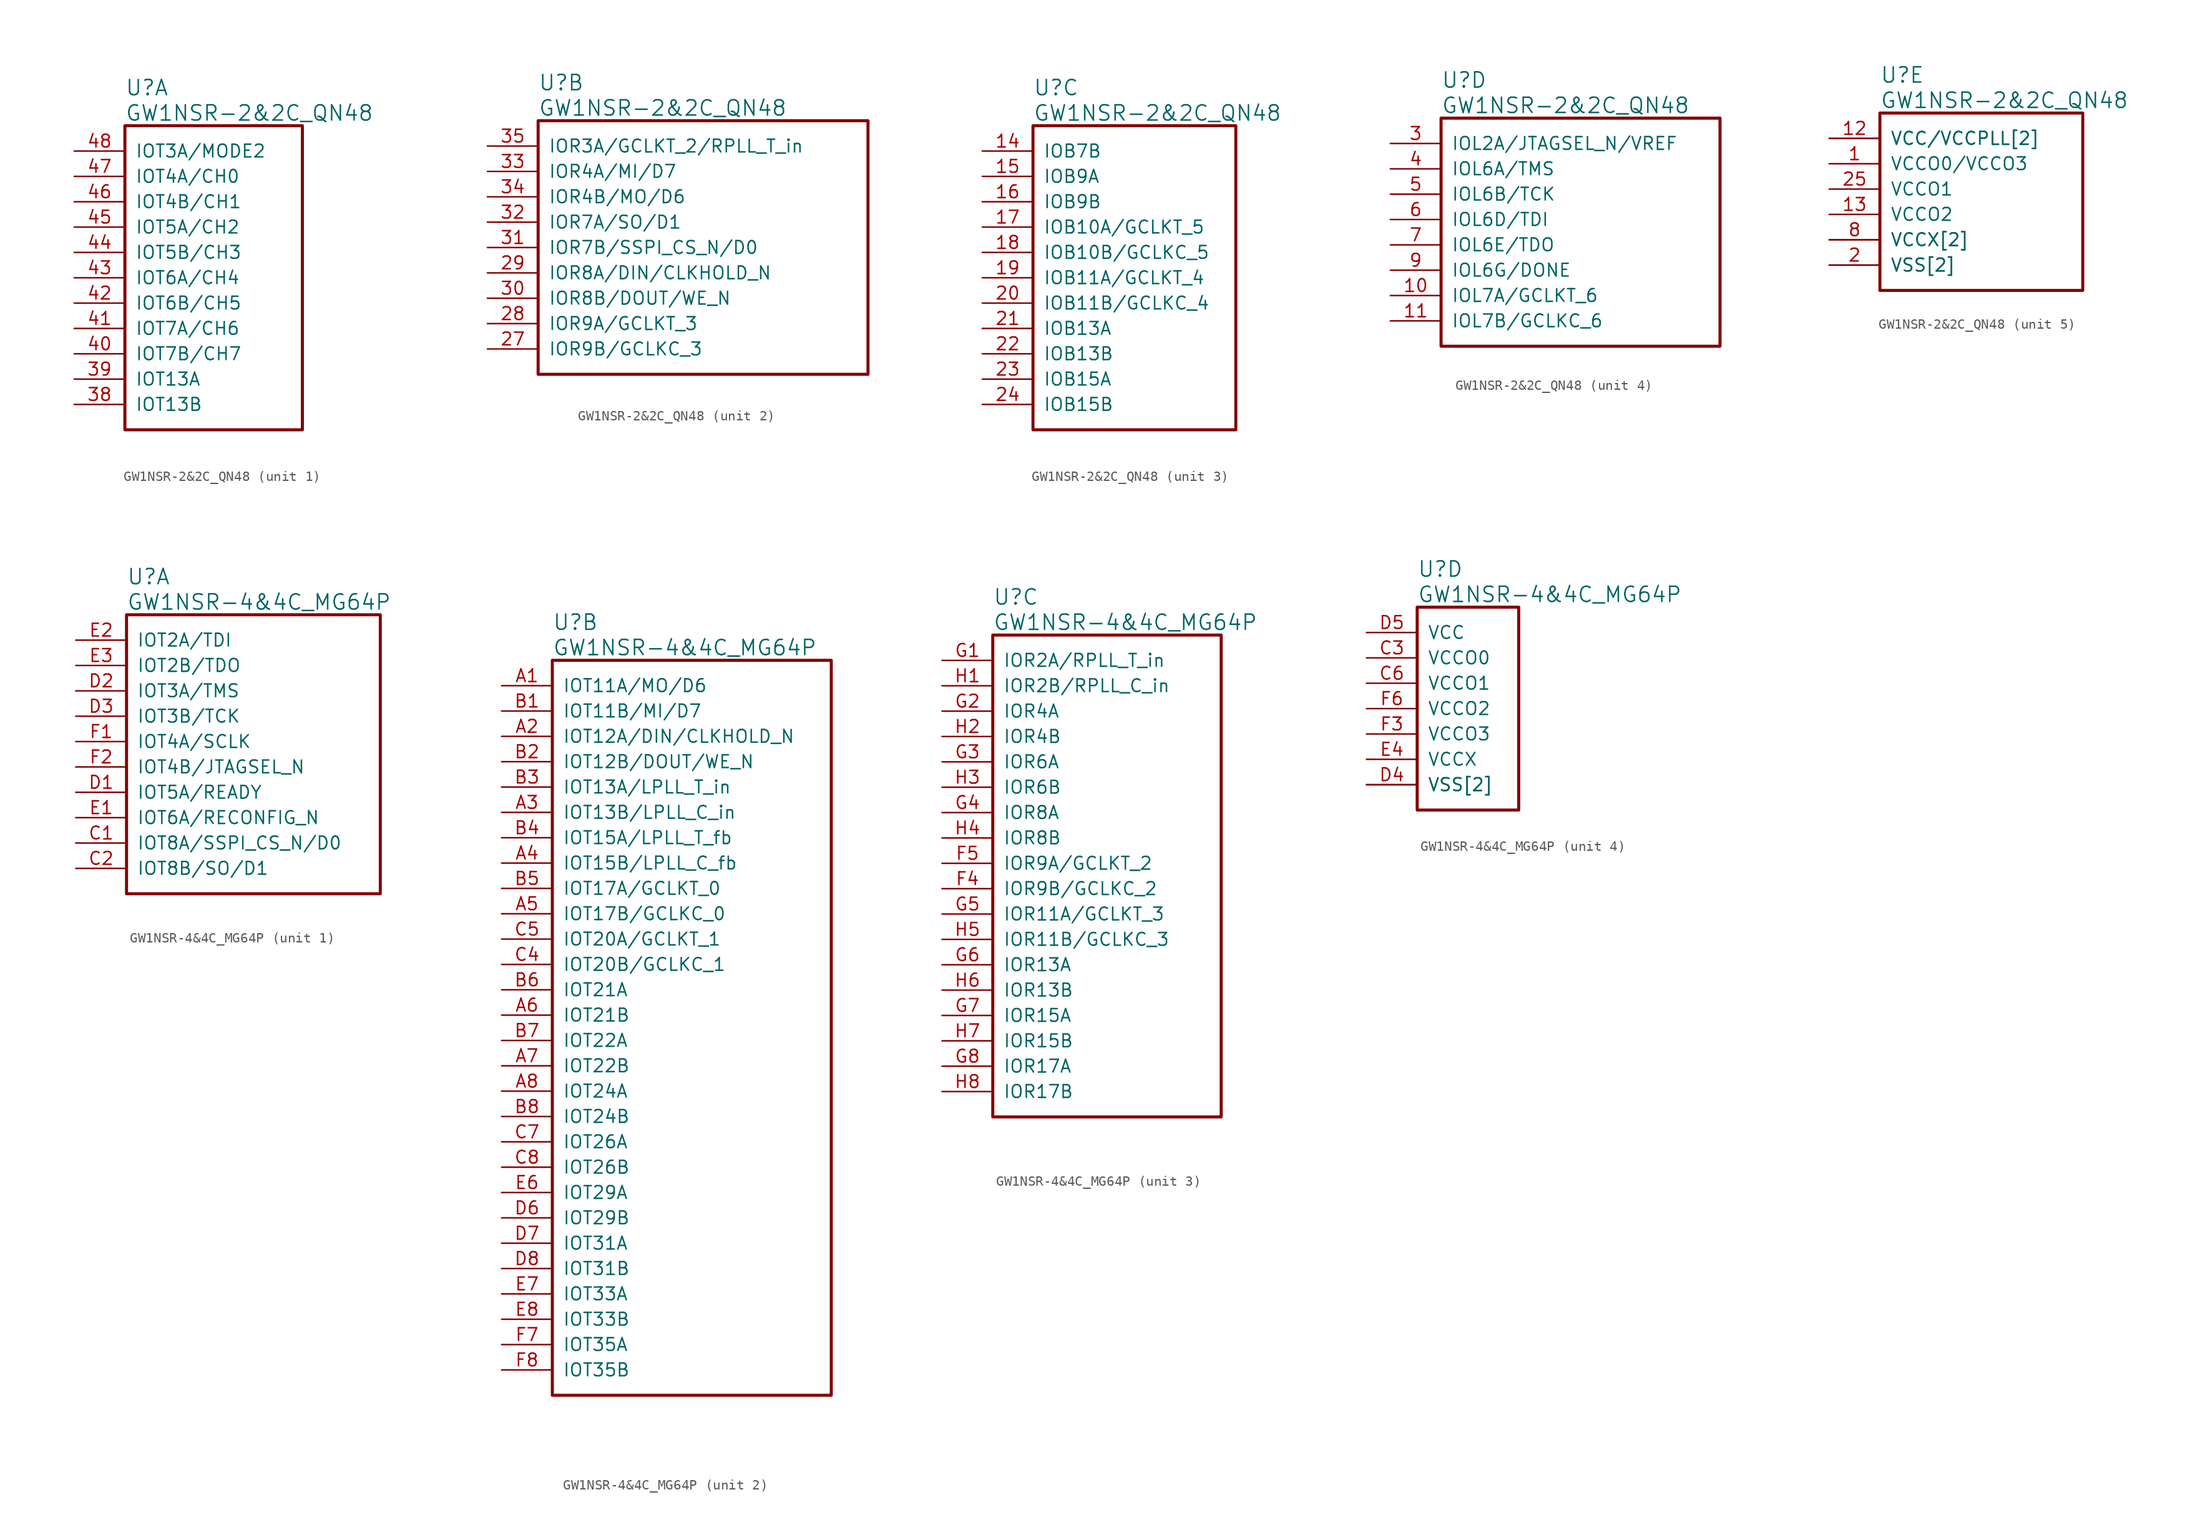
<source format=kicad_sym>
(kicad_symbol_lib
  (version 20241209)
  (generator "kicad_symbol_editor")
  (generator_version "9.0")
  (symbol "GW1NSR-2&2C_QN48"
    (pin_names
      (offset 1.016))
    (property "Reference" "U"
      (at 5.08 6.35 0)
      (effects (font (size 1.524 1.524)) (justify left)))
    (property "Value" "GW1NSR-2&2C_QN48"
      (at 5.08 3.81 0)
      (effects (font (size 1.524 1.524)) (justify left)))
    (property "ki_locked" ""
      (at 0 0 0)
      (effects (font (size 1.27 1.27))))
    (symbol "GW1NSR-2&2C_QN48_1_1"
      (rectangle (start 5.08 2.54) (end 22.86 -27.94) (stroke (width 0.305) (type solid)) (fill (type none)))
      (pin bidirectional line (at 0 0 0) (length 5.08) (name "IOT3A/MODE2" (effects (font (size 1.27 1.27)))) (number "48" (effects (font (size 1.27 1.27)))))
      (pin bidirectional line (at 0 -2.54 0) (length 5.08) (name "IOT4A/CH0" (effects (font (size 1.27 1.27)))) (number "47" (effects (font (size 1.27 1.27)))))
      (pin bidirectional line (at 0 -5.08 0) (length 5.08) (name "IOT4B/CH1" (effects (font (size 1.27 1.27)))) (number "46" (effects (font (size 1.27 1.27)))))
      (pin bidirectional line (at 0 -7.62 0) (length 5.08) (name "IOT5A/CH2" (effects (font (size 1.27 1.27)))) (number "45" (effects (font (size 1.27 1.27)))))
      (pin bidirectional line (at 0 -10.16 0) (length 5.08) (name "IOT5B/CH3" (effects (font (size 1.27 1.27)))) (number "44" (effects (font (size 1.27 1.27)))))
      (pin bidirectional line (at 0 -12.7 0) (length 5.08) (name "IOT6A/CH4" (effects (font (size 1.27 1.27)))) (number "43" (effects (font (size 1.27 1.27)))))
      (pin bidirectional line (at 0 -15.24 0) (length 5.08) (name "IOT6B/CH5" (effects (font (size 1.27 1.27)))) (number "42" (effects (font (size 1.27 1.27)))))
      (pin bidirectional line (at 0 -17.78 0) (length 5.08) (name "IOT7A/CH6" (effects (font (size 1.27 1.27)))) (number "41" (effects (font (size 1.27 1.27)))))
      (pin bidirectional line (at 0 -20.32 0) (length 5.08) (name "IOT7B/CH7" (effects (font (size 1.27 1.27)))) (number "40" (effects (font (size 1.27 1.27)))))
      (pin bidirectional line (at 0 -22.86 0) (length 5.08) (name "IOT13A" (effects (font (size 1.27 1.27)))) (number "39" (effects (font (size 1.27 1.27)))))
      (pin bidirectional line (at 0 -25.4 0) (length 5.08) (name "IOT13B" (effects (font (size 1.27 1.27)))) (number "38" (effects (font (size 1.27 1.27))))))
    (symbol "GW1NSR-2&2C_QN48_2_1"
      (rectangle (start 5.08 2.54) (end 38.1 -22.86) (stroke (width 0.305) (type solid)) (fill (type none)))
      (pin bidirectional line (at 0 0 0) (length 5.08) (name "IOR3A/GCLKT_2/RPLL_T_in" (effects (font (size 1.27 1.27)))) (number "35" (effects (font (size 1.27 1.27)))))
      (pin bidirectional line (at 0 -2.54 0) (length 5.08) (name "IOR4A/MI/D7" (effects (font (size 1.27 1.27)))) (number "33" (effects (font (size 1.27 1.27)))))
      (pin bidirectional line (at 0 -5.08 0) (length 5.08) (name "IOR4B/MO/D6" (effects (font (size 1.27 1.27)))) (number "34" (effects (font (size 1.27 1.27)))))
      (pin bidirectional line (at 0 -7.62 0) (length 5.08) (name "IOR7A/SO/D1" (effects (font (size 1.27 1.27)))) (number "32" (effects (font (size 1.27 1.27)))))
      (pin bidirectional line (at 0 -10.16 0) (length 5.08) (name "IOR7B/SSPI_CS_N/D0" (effects (font (size 1.27 1.27)))) (number "31" (effects (font (size 1.27 1.27)))))
      (pin bidirectional line (at 0 -12.7 0) (length 5.08) (name "IOR8A/DIN/CLKHOLD_N" (effects (font (size 1.27 1.27)))) (number "29" (effects (font (size 1.27 1.27)))))
      (pin bidirectional line (at 0 -15.24 0) (length 5.08) (name "IOR8B/DOUT/WE_N" (effects (font (size 1.27 1.27)))) (number "30" (effects (font (size 1.27 1.27)))))
      (pin bidirectional line (at 0 -17.78 0) (length 5.08) (name "IOR9A/GCLKT_3" (effects (font (size 1.27 1.27)))) (number "28" (effects (font (size 1.27 1.27)))))
      (pin bidirectional line (at 0 -20.32 0) (length 5.08) (name "IOR9B/GCLKC_3" (effects (font (size 1.27 1.27)))) (number "27" (effects (font (size 1.27 1.27))))))
    (symbol "GW1NSR-2&2C_QN48_3_1"
      (rectangle (start 5.08 2.54) (end 25.4 -27.94) (stroke (width 0.305) (type solid)) (fill (type none)))
      (pin bidirectional line (at 0 0 0) (length 5.08) (name "IOB7B" (effects (font (size 1.27 1.27)))) (number "14" (effects (font (size 1.27 1.27)))))
      (pin bidirectional line (at 0 -2.54 0) (length 5.08) (name "IOB9A" (effects (font (size 1.27 1.27)))) (number "15" (effects (font (size 1.27 1.27)))))
      (pin bidirectional line (at 0 -5.08 0) (length 5.08) (name "IOB9B" (effects (font (size 1.27 1.27)))) (number "16" (effects (font (size 1.27 1.27)))))
      (pin bidirectional line (at 0 -7.62 0) (length 5.08) (name "IOB10A/GCLKT_5" (effects (font (size 1.27 1.27)))) (number "17" (effects (font (size 1.27 1.27)))))
      (pin bidirectional line (at 0 -10.16 0) (length 5.08) (name "IOB10B/GCLKC_5" (effects (font (size 1.27 1.27)))) (number "18" (effects (font (size 1.27 1.27)))))
      (pin bidirectional line (at 0 -12.7 0) (length 5.08) (name "IOB11A/GCLKT_4" (effects (font (size 1.27 1.27)))) (number "19" (effects (font (size 1.27 1.27)))))
      (pin bidirectional line (at 0 -15.24 0) (length 5.08) (name "IOB11B/GCLKC_4" (effects (font (size 1.27 1.27)))) (number "20" (effects (font (size 1.27 1.27)))))
      (pin bidirectional line (at 0 -17.78 0) (length 5.08) (name "IOB13A" (effects (font (size 1.27 1.27)))) (number "21" (effects (font (size 1.27 1.27)))))
      (pin bidirectional line (at 0 -20.32 0) (length 5.08) (name "IOB13B" (effects (font (size 1.27 1.27)))) (number "22" (effects (font (size 1.27 1.27)))))
      (pin bidirectional line (at 0 -22.86 0) (length 5.08) (name "IOB15A" (effects (font (size 1.27 1.27)))) (number "23" (effects (font (size 1.27 1.27)))))
      (pin bidirectional line (at 0 -25.4 0) (length 5.08) (name "IOB15B" (effects (font (size 1.27 1.27)))) (number "24" (effects (font (size 1.27 1.27))))))
    (symbol "GW1NSR-2&2C_QN48_4_1"
      (rectangle (start 5.08 2.54) (end 33.02 -20.32) (stroke (width 0.305) (type solid)) (fill (type none)))
      (pin bidirectional line (at 0 0 0) (length 5.08) (name "IOL2A/JTAGSEL_N/VREF" (effects (font (size 1.27 1.27)))) (number "3" (effects (font (size 1.27 1.27)))))
      (pin bidirectional line (at 0 -2.54 0) (length 5.08) (name "IOL6A/TMS" (effects (font (size 1.27 1.27)))) (number "4" (effects (font (size 1.27 1.27)))))
      (pin bidirectional line (at 0 -5.08 0) (length 5.08) (name "IOL6B/TCK" (effects (font (size 1.27 1.27)))) (number "5" (effects (font (size 1.27 1.27)))))
      (pin bidirectional line (at 0 -7.62 0) (length 5.08) (name "IOL6D/TDI" (effects (font (size 1.27 1.27)))) (number "6" (effects (font (size 1.27 1.27)))))
      (pin bidirectional line (at 0 -10.16 0) (length 5.08) (name "IOL6E/TDO" (effects (font (size 1.27 1.27)))) (number "7" (effects (font (size 1.27 1.27)))))
      (pin bidirectional line (at 0 -12.7 0) (length 5.08) (name "IOL6G/DONE" (effects (font (size 1.27 1.27)))) (number "9" (effects (font (size 1.27 1.27)))))
      (pin bidirectional line (at 0 -15.24 0) (length 5.08) (name "IOL7A/GCLKT_6" (effects (font (size 1.27 1.27)))) (number "10" (effects (font (size 1.27 1.27)))))
      (pin bidirectional line (at 0 -17.78 0) (length 5.08) (name "IOL7B/GCLKC_6" (effects (font (size 1.27 1.27)))) (number "11" (effects (font (size 1.27 1.27))))))
    (symbol "GW1NSR-2&2C_QN48_5_1"
      (rectangle (start 5.08 2.54) (end 25.4 -15.24) (stroke (width 0.305) (type solid)) (fill (type none)))
      (pin power_in line (at 0 0 0) (length 5.08) (name "VCC/VCCPLL[2]" (effects (font (size 1.27 1.27)))) (number "12" (effects (font (size 1.27 1.27)))))
      (pin power_in line (at 0 0 0) (length 5.08) (name "VCC/VCCPLL[2]" (effects (font (size 1.27 1.27)))) (number "37" (effects (font (size 0 0)))))
      (pin power_in line (at 0 -2.54 0) (length 5.08) (name "VCCO0/VCCO3" (effects (font (size 1.27 1.27)))) (number "1" (effects (font (size 1.27 1.27)))))
      (pin power_in line (at 0 -5.08 0) (length 5.08) (name "VCCO1" (effects (font (size 1.27 1.27)))) (number "25" (effects (font (size 1.27 1.27)))))
      (pin power_in line (at 0 -7.62 0) (length 5.08) (name "VCCO2" (effects (font (size 1.27 1.27)))) (number "13" (effects (font (size 1.27 1.27)))))
      (pin power_in line (at 0 -10.16 0) (length 5.08) (name "VCCX[2]" (effects (font (size 1.27 1.27)))) (number "36" (effects (font (size 0 0)))))
      (pin power_in line (at 0 -10.16 0) (length 5.08) (name "VCCX[2]" (effects (font (size 1.27 1.27)))) (number "8" (effects (font (size 1.27 1.27)))))
      (pin power_in line (at 0 -12.7 0) (length 5.08) (name "VSS[2]" (effects (font (size 1.27 1.27)))) (number "2" (effects (font (size 1.27 1.27)))))
      (pin power_in line (at 0 -12.7 0) (length 5.08) (name "VSS[2]" (effects (font (size 1.27 1.27)))) (number "26" (effects (font (size 0 0)))))))
  (symbol "GW1NSR-4&4C_MG64P"
    (pin_names
      (offset 1.016))
    (property "Reference" "U"
      (at 5.08 6.35 0)
      (effects (font (size 1.524 1.524)) (justify left)))
    (property "Value" "GW1NSR-4&4C_MG64P"
      (at 5.08 3.81 0)
      (effects (font (size 1.524 1.524)) (justify left)))
    (property "ki_locked" ""
      (at 0 0 0)
      (effects (font (size 1.27 1.27))))
    (symbol "GW1NSR-4&4C_MG64P_1_1"
      (rectangle (start 5.08 2.54) (end 30.48 -25.4) (stroke (width 0.305) (type solid)) (fill (type none)))
      (pin bidirectional line (at 0 0 0) (length 5.08) (name "IOT2A/TDI" (effects (font (size 1.27 1.27)))) (number "E2" (effects (font (size 1.27 1.27)))))
      (pin bidirectional line (at 0 -2.54 0) (length 5.08) (name "IOT2B/TDO" (effects (font (size 1.27 1.27)))) (number "E3" (effects (font (size 1.27 1.27)))))
      (pin bidirectional line (at 0 -5.08 0) (length 5.08) (name "IOT3A/TMS" (effects (font (size 1.27 1.27)))) (number "D2" (effects (font (size 1.27 1.27)))))
      (pin bidirectional line (at 0 -7.62 0) (length 5.08) (name "IOT3B/TCK" (effects (font (size 1.27 1.27)))) (number "D3" (effects (font (size 1.27 1.27)))))
      (pin bidirectional line (at 0 -10.16 0) (length 5.08) (name "IOT4A/SCLK" (effects (font (size 1.27 1.27)))) (number "F1" (effects (font (size 1.27 1.27)))))
      (pin bidirectional line (at 0 -12.7 0) (length 5.08) (name "IOT4B/JTAGSEL_N" (effects (font (size 1.27 1.27)))) (number "F2" (effects (font (size 1.27 1.27)))))
      (pin bidirectional line (at 0 -15.24 0) (length 5.08) (name "IOT5A/READY" (effects (font (size 1.27 1.27)))) (number "D1" (effects (font (size 1.27 1.27)))))
      (pin bidirectional line (at 0 -17.78 0) (length 5.08) (name "IOT6A/RECONFIG_N" (effects (font (size 1.27 1.27)))) (number "E1" (effects (font (size 1.27 1.27)))))
      (pin bidirectional line (at 0 -20.32 0) (length 5.08) (name "IOT8A/SSPI_CS_N/D0" (effects (font (size 1.27 1.27)))) (number "C1" (effects (font (size 1.27 1.27)))))
      (pin bidirectional line (at 0 -22.86 0) (length 5.08) (name "IOT8B/SO/D1" (effects (font (size 1.27 1.27)))) (number "C2" (effects (font (size 1.27 1.27))))))
    (symbol "GW1NSR-4&4C_MG64P_2_1"
      (rectangle (start 5.08 2.54) (end 33.02 -71.12) (stroke (width 0.305) (type solid)) (fill (type none)))
      (pin bidirectional line (at 0 0 0) (length 5.08) (name "IOT11A/MO/D6" (effects (font (size 1.27 1.27)))) (number "A1" (effects (font (size 1.27 1.27)))))
      (pin bidirectional line (at 0 -2.54 0) (length 5.08) (name "IOT11B/MI/D7" (effects (font (size 1.27 1.27)))) (number "B1" (effects (font (size 1.27 1.27)))))
      (pin bidirectional line (at 0 -5.08 0) (length 5.08) (name "IOT12A/DIN/CLKHOLD_N" (effects (font (size 1.27 1.27)))) (number "A2" (effects (font (size 1.27 1.27)))))
      (pin bidirectional line (at 0 -7.62 0) (length 5.08) (name "IOT12B/DOUT/WE_N" (effects (font (size 1.27 1.27)))) (number "B2" (effects (font (size 1.27 1.27)))))
      (pin bidirectional line (at 0 -10.16 0) (length 5.08) (name "IOT13A/LPLL_T_in" (effects (font (size 1.27 1.27)))) (number "B3" (effects (font (size 1.27 1.27)))))
      (pin bidirectional line (at 0 -12.7 0) (length 5.08) (name "IOT13B/LPLL_C_in" (effects (font (size 1.27 1.27)))) (number "A3" (effects (font (size 1.27 1.27)))))
      (pin bidirectional line (at 0 -15.24 0) (length 5.08) (name "IOT15A/LPLL_T_fb" (effects (font (size 1.27 1.27)))) (number "B4" (effects (font (size 1.27 1.27)))))
      (pin bidirectional line (at 0 -17.78 0) (length 5.08) (name "IOT15B/LPLL_C_fb" (effects (font (size 1.27 1.27)))) (number "A4" (effects (font (size 1.27 1.27)))))
      (pin bidirectional line (at 0 -20.32 0) (length 5.08) (name "IOT17A/GCLKT_0" (effects (font (size 1.27 1.27)))) (number "B5" (effects (font (size 1.27 1.27)))))
      (pin bidirectional line (at 0 -22.86 0) (length 5.08) (name "IOT17B/GCLKC_0" (effects (font (size 1.27 1.27)))) (number "A5" (effects (font (size 1.27 1.27)))))
      (pin bidirectional line (at 0 -25.4 0) (length 5.08) (name "IOT20A/GCLKT_1" (effects (font (size 1.27 1.27)))) (number "C5" (effects (font (size 1.27 1.27)))))
      (pin bidirectional line (at 0 -27.94 0) (length 5.08) (name "IOT20B/GCLKC_1" (effects (font (size 1.27 1.27)))) (number "C4" (effects (font (size 1.27 1.27)))))
      (pin bidirectional line (at 0 -30.48 0) (length 5.08) (name "IOT21A" (effects (font (size 1.27 1.27)))) (number "B6" (effects (font (size 1.27 1.27)))))
      (pin bidirectional line (at 0 -33.02 0) (length 5.08) (name "IOT21B" (effects (font (size 1.27 1.27)))) (number "A6" (effects (font (size 1.27 1.27)))))
      (pin bidirectional line (at 0 -35.56 0) (length 5.08) (name "IOT22A" (effects (font (size 1.27 1.27)))) (number "B7" (effects (font (size 1.27 1.27)))))
      (pin bidirectional line (at 0 -38.1 0) (length 5.08) (name "IOT22B" (effects (font (size 1.27 1.27)))) (number "A7" (effects (font (size 1.27 1.27)))))
      (pin bidirectional line (at 0 -40.64 0) (length 5.08) (name "IOT24A" (effects (font (size 1.27 1.27)))) (number "A8" (effects (font (size 1.27 1.27)))))
      (pin bidirectional line (at 0 -43.18 0) (length 5.08) (name "IOT24B" (effects (font (size 1.27 1.27)))) (number "B8" (effects (font (size 1.27 1.27)))))
      (pin bidirectional line (at 0 -45.72 0) (length 5.08) (name "IOT26A" (effects (font (size 1.27 1.27)))) (number "C7" (effects (font (size 1.27 1.27)))))
      (pin bidirectional line (at 0 -48.26 0) (length 5.08) (name "IOT26B" (effects (font (size 1.27 1.27)))) (number "C8" (effects (font (size 1.27 1.27)))))
      (pin bidirectional line (at 0 -50.8 0) (length 5.08) (name "IOT29A" (effects (font (size 1.27 1.27)))) (number "E6" (effects (font (size 1.27 1.27)))))
      (pin bidirectional line (at 0 -53.34 0) (length 5.08) (name "IOT29B" (effects (font (size 1.27 1.27)))) (number "D6" (effects (font (size 1.27 1.27)))))
      (pin bidirectional line (at 0 -55.88 0) (length 5.08) (name "IOT31A" (effects (font (size 1.27 1.27)))) (number "D7" (effects (font (size 1.27 1.27)))))
      (pin bidirectional line (at 0 -58.42 0) (length 5.08) (name "IOT31B" (effects (font (size 1.27 1.27)))) (number "D8" (effects (font (size 1.27 1.27)))))
      (pin bidirectional line (at 0 -60.96 0) (length 5.08) (name "IOT33A" (effects (font (size 1.27 1.27)))) (number "E7" (effects (font (size 1.27 1.27)))))
      (pin bidirectional line (at 0 -63.5 0) (length 5.08) (name "IOT33B" (effects (font (size 1.27 1.27)))) (number "E8" (effects (font (size 1.27 1.27)))))
      (pin bidirectional line (at 0 -66.04 0) (length 5.08) (name "IOT35A" (effects (font (size 1.27 1.27)))) (number "F7" (effects (font (size 1.27 1.27)))))
      (pin bidirectional line (at 0 -68.58 0) (length 5.08) (name "IOT35B" (effects (font (size 1.27 1.27)))) (number "F8" (effects (font (size 1.27 1.27))))))
    (symbol "GW1NSR-4&4C_MG64P_3_1"
      (rectangle (start 5.08 2.54) (end 27.94 -45.72) (stroke (width 0.305) (type solid)) (fill (type none)))
      (pin bidirectional line (at 0 0 0) (length 5.08) (name "IOR2A/RPLL_T_in" (effects (font (size 1.27 1.27)))) (number "G1" (effects (font (size 1.27 1.27)))))
      (pin bidirectional line (at 0 -2.54 0) (length 5.08) (name "IOR2B/RPLL_C_in" (effects (font (size 1.27 1.27)))) (number "H1" (effects (font (size 1.27 1.27)))))
      (pin bidirectional line (at 0 -5.08 0) (length 5.08) (name "IOR4A" (effects (font (size 1.27 1.27)))) (number "G2" (effects (font (size 1.27 1.27)))))
      (pin bidirectional line (at 0 -7.62 0) (length 5.08) (name "IOR4B" (effects (font (size 1.27 1.27)))) (number "H2" (effects (font (size 1.27 1.27)))))
      (pin bidirectional line (at 0 -10.16 0) (length 5.08) (name "IOR6A" (effects (font (size 1.27 1.27)))) (number "G3" (effects (font (size 1.27 1.27)))))
      (pin bidirectional line (at 0 -12.7 0) (length 5.08) (name "IOR6B" (effects (font (size 1.27 1.27)))) (number "H3" (effects (font (size 1.27 1.27)))))
      (pin bidirectional line (at 0 -15.24 0) (length 5.08) (name "IOR8A" (effects (font (size 1.27 1.27)))) (number "G4" (effects (font (size 1.27 1.27)))))
      (pin bidirectional line (at 0 -17.78 0) (length 5.08) (name "IOR8B" (effects (font (size 1.27 1.27)))) (number "H4" (effects (font (size 1.27 1.27)))))
      (pin bidirectional line (at 0 -20.32 0) (length 5.08) (name "IOR9A/GCLKT_2" (effects (font (size 1.27 1.27)))) (number "F5" (effects (font (size 1.27 1.27)))))
      (pin bidirectional line (at 0 -22.86 0) (length 5.08) (name "IOR9B/GCLKC_2" (effects (font (size 1.27 1.27)))) (number "F4" (effects (font (size 1.27 1.27)))))
      (pin bidirectional line (at 0 -25.4 0) (length 5.08) (name "IOR11A/GCLKT_3" (effects (font (size 1.27 1.27)))) (number "G5" (effects (font (size 1.27 1.27)))))
      (pin bidirectional line (at 0 -27.94 0) (length 5.08) (name "IOR11B/GCLKC_3" (effects (font (size 1.27 1.27)))) (number "H5" (effects (font (size 1.27 1.27)))))
      (pin bidirectional line (at 0 -30.48 0) (length 5.08) (name "IOR13A" (effects (font (size 1.27 1.27)))) (number "G6" (effects (font (size 1.27 1.27)))))
      (pin bidirectional line (at 0 -33.02 0) (length 5.08) (name "IOR13B" (effects (font (size 1.27 1.27)))) (number "H6" (effects (font (size 1.27 1.27)))))
      (pin bidirectional line (at 0 -35.56 0) (length 5.08) (name "IOR15A" (effects (font (size 1.27 1.27)))) (number "G7" (effects (font (size 1.27 1.27)))))
      (pin bidirectional line (at 0 -38.1 0) (length 5.08) (name "IOR15B" (effects (font (size 1.27 1.27)))) (number "H7" (effects (font (size 1.27 1.27)))))
      (pin bidirectional line (at 0 -40.64 0) (length 5.08) (name "IOR17A" (effects (font (size 1.27 1.27)))) (number "G8" (effects (font (size 1.27 1.27)))))
      (pin bidirectional line (at 0 -43.18 0) (length 5.08) (name "IOR17B" (effects (font (size 1.27 1.27)))) (number "H8" (effects (font (size 1.27 1.27))))))
    (symbol "GW1NSR-4&4C_MG64P_4_1"
      (rectangle (start 5.08 2.54) (end 15.24 -17.78) (stroke (width 0.305) (type solid)) (fill (type none)))
      (pin power_in line (at 0 0 0) (length 5.08) (name "VCC" (effects (font (size 1.27 1.27)))) (number "D5" (effects (font (size 1.27 1.27)))))
      (pin power_in line (at 0 -2.54 0) (length 5.08) (name "VCCO0" (effects (font (size 1.27 1.27)))) (number "C3" (effects (font (size 1.27 1.27)))))
      (pin power_in line (at 0 -5.08 0) (length 5.08) (name "VCCO1" (effects (font (size 1.27 1.27)))) (number "C6" (effects (font (size 1.27 1.27)))))
      (pin power_in line (at 0 -7.62 0) (length 5.08) (name "VCCO2" (effects (font (size 1.27 1.27)))) (number "F6" (effects (font (size 1.27 1.27)))))
      (pin power_in line (at 0 -10.16 0) (length 5.08) (name "VCCO3" (effects (font (size 1.27 1.27)))) (number "F3" (effects (font (size 1.27 1.27)))))
      (pin power_in line (at 0 -12.7 0) (length 5.08) (name "VCCX" (effects (font (size 1.27 1.27)))) (number "E4" (effects (font (size 1.27 1.27)))))
      (pin power_in line (at 0 -15.24 0) (length 5.08) (name "VSS[2]" (effects (font (size 1.27 1.27)))) (number "D4" (effects (font (size 1.27 1.27)))))
      (pin power_in line (at 0 -15.24 0) (length 5.08) (name "VSS[2]" (effects (font (size 1.27 1.27)))) (number "E5" (effects (font (size 0 0))))))))
</source>
